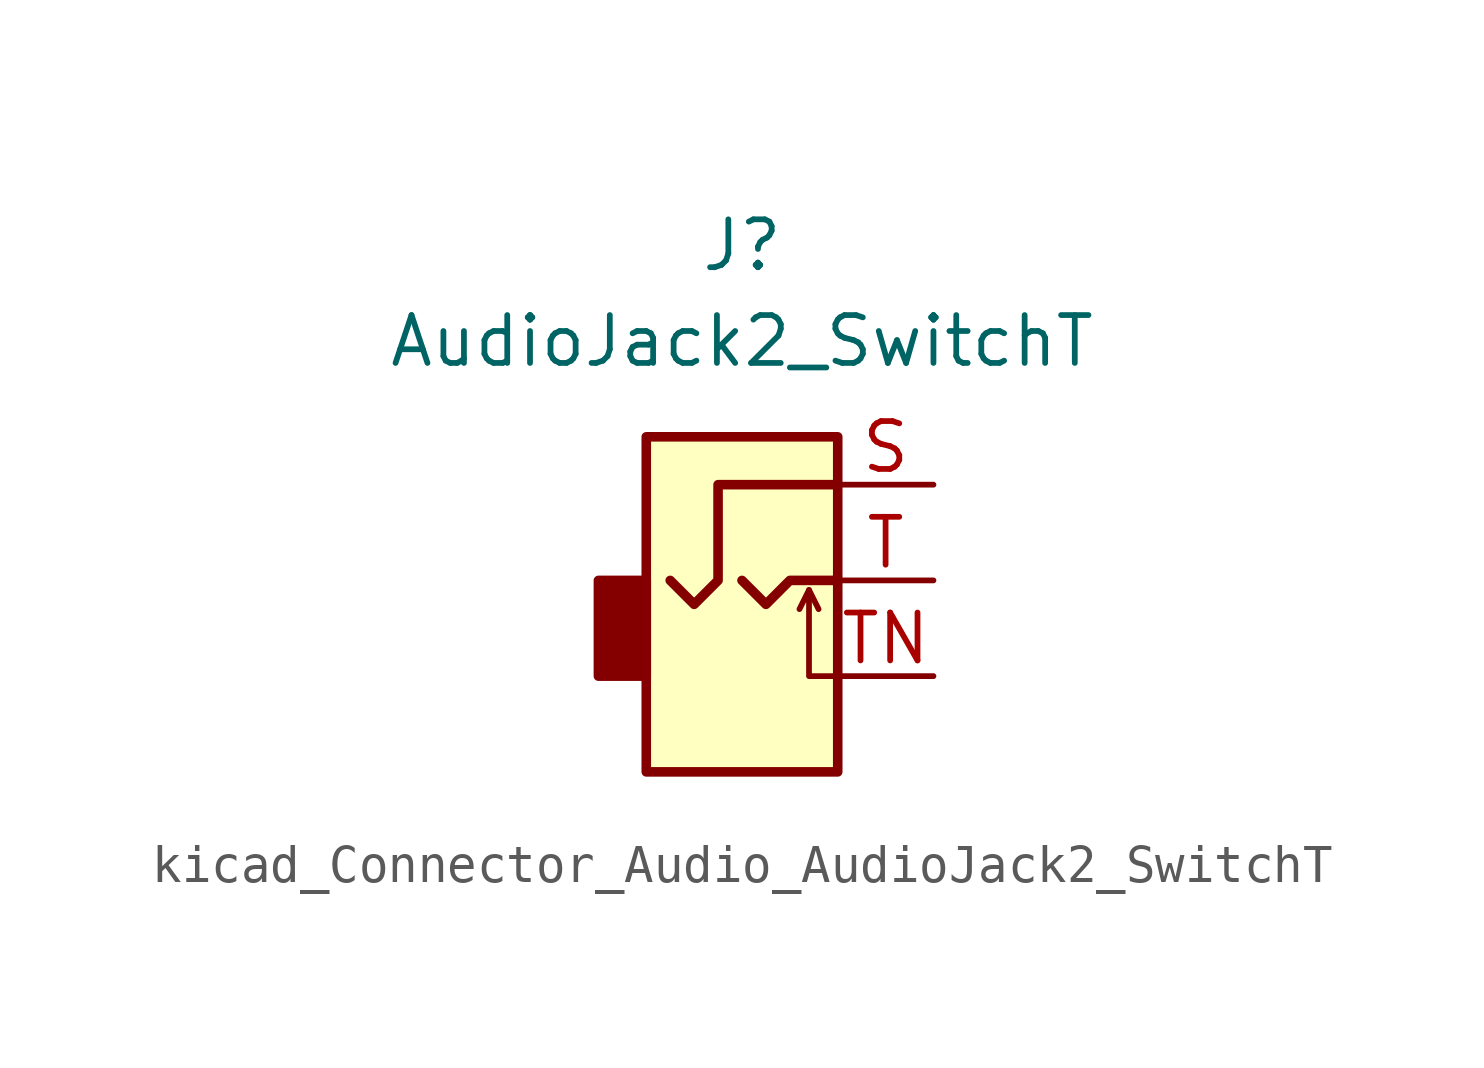
<source format=kicad_sym>
(kicad_symbol_lib
  (version 20220914)
  (generator kicad_symbol_editor)
  (symbol "kicad_Connector_Audio_AudioJack2_SwitchT"
    (property "Reference" "J"
      (at 0 8.89 0)
      (effects (font (size 1.27 1.27))))
    (property "Value" "AudioJack2_SwitchT"
      (at 0 6.35 0)
      (effects (font (size 1.27 1.27))))
    (symbol "kicad_Connector_Audio_AudioJack2_SwitchT_0_1"
      (rectangle (start -2.54 0) (end -3.81 -2.54) (stroke (width 0.254) (type default)) (fill (type outline)))
      (polyline (pts (xy 1.778 -0.254) (xy 2.032 -0.762)) (stroke (width 0) (type default)) (fill (type none)))
      (polyline (pts (xy 0 0) (xy 0.635 -0.635) (xy 1.27 0) (xy 2.54 0)) (stroke (width 0.254) (type default)) (fill (type none)))
      (polyline (pts (xy 2.54 -2.54) (xy 1.778 -2.54) (xy 1.778 -0.254) (xy 1.524 -0.762)) (stroke (width 0) (type default)) (fill (type none)))
      (polyline (pts (xy 2.54 2.54) (xy -0.635 2.54) (xy -0.635 0) (xy -1.27 -0.635) (xy -1.905 0)) (stroke (width 0.254) (type default)) (fill (type none)))
      (rectangle (start 2.54 3.81) (end -2.54 -5.08) (stroke (width 0.254) (type default)) (fill (type background))))
    (symbol "kicad_Connector_Audio_AudioJack2_SwitchT_1_1"
      (pin passive line (at 5.08 2.54 180) (length 2.54) (name "~" (effects (font (size 1.27 1.27)))) (number "S" (effects (font (size 1.27 1.27)))))
      (pin passive line (at 5.08 0 180) (length 2.54) (name "~" (effects (font (size 1.27 1.27)))) (number "T" (effects (font (size 1.27 1.27)))))
      (pin passive line (at 5.08 -2.54 180) (length 2.54) (name "~" (effects (font (size 1.27 1.27)))) (number "TN" (effects (font (size 1.27 1.27))))))))
</source>
